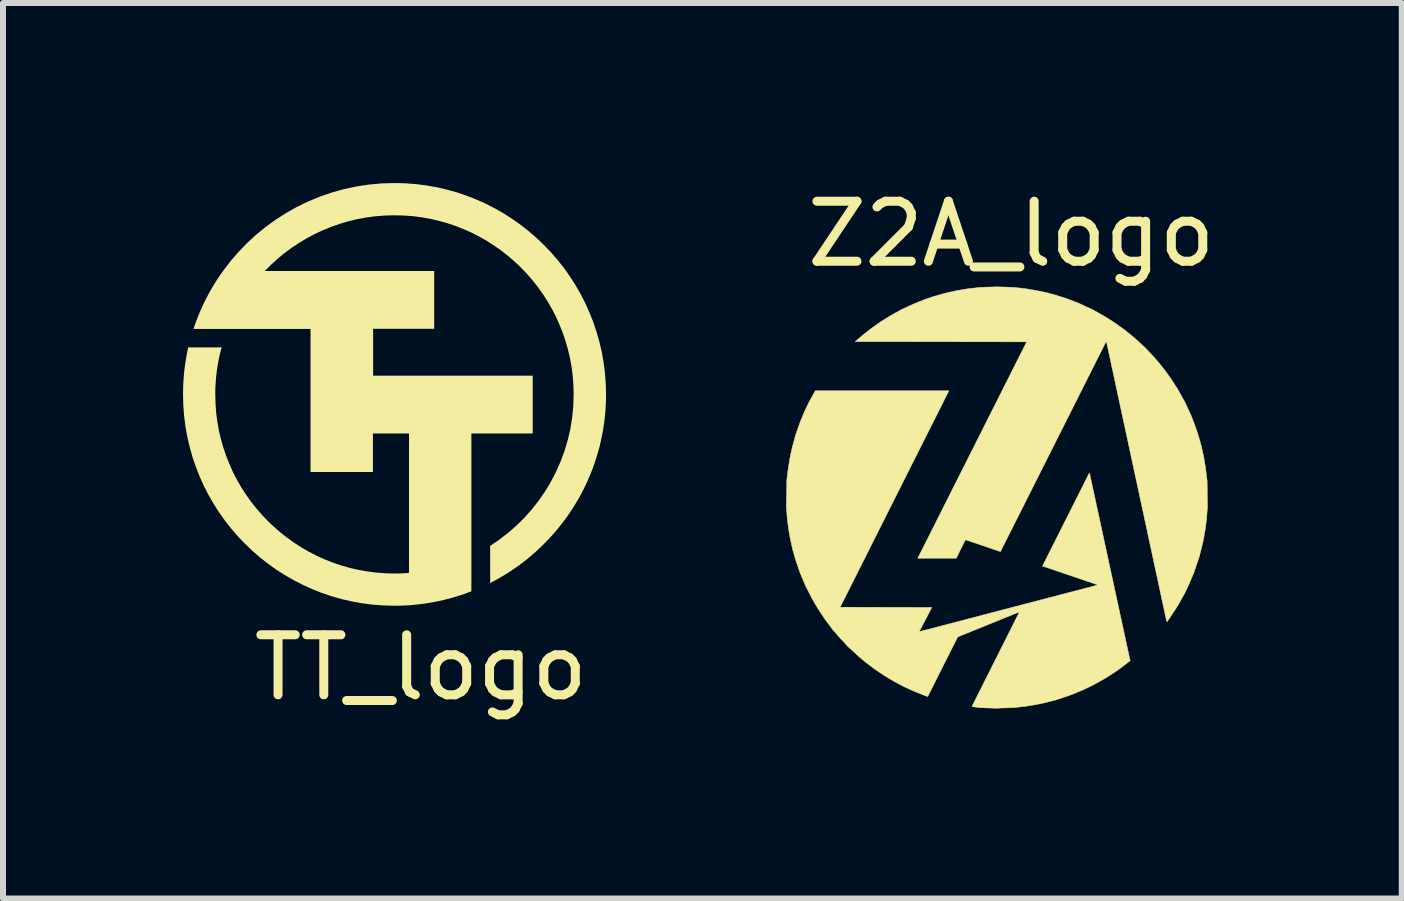
<source format=kicad_pcb>
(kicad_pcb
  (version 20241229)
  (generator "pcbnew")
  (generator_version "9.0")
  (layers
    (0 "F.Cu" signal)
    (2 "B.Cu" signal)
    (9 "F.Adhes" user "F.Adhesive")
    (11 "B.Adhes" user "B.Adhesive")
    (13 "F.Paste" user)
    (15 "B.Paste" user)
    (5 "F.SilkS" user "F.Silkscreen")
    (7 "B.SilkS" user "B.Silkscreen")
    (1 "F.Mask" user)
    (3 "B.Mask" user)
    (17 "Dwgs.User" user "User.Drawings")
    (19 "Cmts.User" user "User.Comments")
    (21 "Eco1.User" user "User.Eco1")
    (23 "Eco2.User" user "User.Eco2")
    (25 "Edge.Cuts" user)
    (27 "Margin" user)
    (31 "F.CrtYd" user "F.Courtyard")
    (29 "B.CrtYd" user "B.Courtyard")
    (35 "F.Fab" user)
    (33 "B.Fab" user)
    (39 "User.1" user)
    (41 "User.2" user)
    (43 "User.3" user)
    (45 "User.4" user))
  (footprint "TT_logo"
    (layer "F.Cu")
    (at 3.564 3.572)
    (property "Reference" "TT_logo" (at 0.4 4.5 0) (unlocked yes) (layer "F.SilkS") (effects (font (size 1 1) (thickness 0.15))))
    (attr smd exclude_from_pos_files exclude_from_bom)
    (fp_poly (pts (xy 0.141 -3.568) (xy 0.319 -3.554) (xy 0.495 -3.532) (xy 0.669 -3.501) (xy 0.839 -3.461) (xy 1.006 -3.414) (xy 1.17 -3.358) (xy 1.329 -3.295) (xy 1.485 -3.225) (xy 1.637 -3.147) (xy 1.785 -3.062) (xy 1.928 -2.97) (xy 2.066 -2.872) (xy 2.199 -2.767) (xy 2.327 -2.657) (xy 2.449 -2.54) (xy 2.566 -2.418) (xy 2.677 -2.29) (xy 2.782 -2.157) (xy 2.88 -2.019) (xy 2.972 -1.876) (xy 3.057 -1.728) (xy 3.135 -1.576) (xy 3.205 -1.42) (xy 3.269 -1.261) (xy 3.324 -1.097) (xy 3.372 -0.93) (xy 3.412 -0.76) (xy 3.443 -0.587) (xy 3.465 -0.41) (xy 3.479 -0.232) (xy 3.484 -0.051) (xy 3.482 0.077) (xy 3.475 0.204) (xy 3.464 0.329) (xy 3.448 0.454) (xy 3.428 0.577) (xy 3.404 0.698) (xy 3.376 0.818) (xy 3.343 0.937) (xy 3.307 1.053) (xy 3.267 1.168) (xy 3.223 1.281) (xy 3.175 1.392) (xy 3.124 1.502) (xy 3.069 1.609) (xy 3.01 1.714) (xy 2.948 1.816) (xy 2.883 1.917) (xy 2.814 2.015) (xy 2.742 2.11) (xy 2.667 2.203) (xy 2.589 2.294) (xy 2.508 2.381) (xy 2.424 2.466) (xy 2.338 2.548) (xy 2.248 2.628) (xy 2.156 2.704) (xy 2.062 2.777) (xy 1.965 2.846) (xy 1.865 2.913) (xy 1.763 2.976) (xy 1.659 3.036) (xy 1.553 3.092) (xy 1.553 2.473) (xy 1.706 2.369) (xy 1.852 2.256) (xy 1.992 2.135) (xy 2.123 2.005) (xy 2.246 1.867) (xy 2.36 1.722) (xy 2.466 1.57) (xy 2.562 1.411) (xy 2.648 1.245) (xy 2.724 1.074) (xy 2.79 0.898) (xy 2.844 0.717) (xy 2.888 0.531) (xy 2.919 0.34) (xy 2.938 0.147) (xy 2.944 -0.051) (xy 2.94 -0.204) (xy 2.929 -0.356) (xy 2.91 -0.505) (xy 2.884 -0.652) (xy 2.85 -0.796) (xy 2.81 -0.937) (xy 2.763 -1.076) (xy 2.709 -1.211) (xy 2.65 -1.344) (xy 2.584 -1.472) (xy 2.512 -1.597) (xy 2.434 -1.718) (xy 2.351 -1.835) (xy 2.262 -1.948) (xy 2.168 -2.057) (xy 2.069 -2.16) (xy 1.966 -2.259) (xy 1.857 -2.353) (xy 1.744 -2.442) (xy 1.627 -2.525) (xy 1.506 -2.603) (xy 1.381 -2.675) (xy 1.253 -2.741) (xy 1.12 -2.8) (xy 0.985 -2.854) (xy 0.846 -2.901) (xy 0.705 -2.941) (xy 0.561 -2.975) (xy 0.414 -3.001) (xy 0.265 -3.02) (xy 0.113 -3.031) (xy -0.04 -3.035) (xy -0.198 -3.031) (xy -0.355 -3.019) (xy -0.509 -2.999) (xy -0.66 -2.971) (xy -0.809 -2.935) (xy -0.954 -2.892) (xy -1.097 -2.842) (xy -1.236 -2.785) (xy -1.372 -2.722) (xy -1.503 -2.652) (xy -1.631 -2.575) (xy -1.755 -2.493) (xy -1.874 -2.405) (xy -1.988 -2.311) (xy -2.097 -2.211) (xy -2.202 -2.107) (xy 0.621 -2.107) (xy 0.621 -1.144) (xy -0.397 -1.144) (xy -0.397 -0.363) (xy 2.262 -0.363) (xy 2.262 0.6) (xy 1.24 0.6) (xy 1.24 3.23) (xy 1.134 3.27) (xy 1.025 3.306) (xy 0.915 3.339) (xy 0.804 3.369) (xy 0.692 3.394) (xy 0.578 3.416) (xy 0.463 3.435) (xy 0.346 3.45) (xy 0.336 3.45) (xy 0.302 3.453) (xy 0.268 3.457) (xy 0.234 3.46) (xy 0.217 3.462) (xy 0.201 3.463) (xy 0.14 3.466) (xy 0.079 3.469) (xy 0.018 3.47) (xy -0.043 3.471) (xy -0.224 3.466) (xy -0.402 3.453) (xy -0.578 3.43) (xy -0.752 3.399) (xy -0.922 3.36) (xy -1.089 3.312) (xy -1.253 3.257) (xy -1.412 3.194) (xy -1.568 3.123) (xy -1.72 3.045) (xy -1.868 2.96) (xy -2.011 2.869) (xy -2.149 2.77) (xy -2.282 2.666) (xy -2.41 2.555) (xy -2.532 2.438) (xy -2.649 2.316) (xy -2.759 2.188) (xy -2.864 2.055) (xy -2.962 1.917) (xy -3.054 1.774) (xy -3.139 1.626) (xy -3.217 1.475) (xy -3.287 1.319) (xy -3.35 1.159) (xy -3.406 0.995) (xy -3.453 0.828) (xy -3.493 0.658) (xy -3.524 0.485) (xy -3.546 0.309) (xy -3.56 0.13) (xy -3.564 -0.051) (xy -3.563 -0.152) (xy -3.559 -0.252) (xy -3.552 -0.351) (xy -3.543 -0.449) (xy -3.53 -0.547) (xy -3.515 -0.644) (xy -3.498 -0.739) (xy -3.477 -0.834) (xy -2.921 -0.834) (xy -2.946 -0.74) (xy -2.967 -0.645) (xy -2.985 -0.549) (xy -3 -0.451) (xy -3.012 -0.353) (xy -3.02 -0.253) (xy -3.026 -0.153) (xy -3.027 -0.051) (xy -3.023 0.102) (xy -3.012 0.254) (xy -2.993 0.403) (xy -2.967 0.55) (xy -2.933 0.694) (xy -2.893 0.836) (xy -2.846 0.974) (xy -2.792 1.11) (xy -2.733 1.242) (xy -2.667 1.371) (xy -2.595 1.496) (xy -2.517 1.617) (xy -2.434 1.734) (xy -2.345 1.846) (xy -2.251 1.955) (xy -2.152 2.059) (xy -2.048 2.157) (xy -1.94 2.251) (xy -1.827 2.34) (xy -1.71 2.423) (xy -1.589 2.501) (xy -1.464 2.573) (xy -1.336 2.639) (xy -1.203 2.699) (xy -1.068 2.752) (xy -0.929 2.799) (xy -0.788 2.84) (xy -0.644 2.873) (xy -0.497 2.899) (xy -0.348 2.918) (xy -0.196 2.93) (xy -0.043 2.934) (xy 0.019 2.933) (xy 0.049 2.932) (xy 0.08 2.931) (xy 0.11 2.93) (xy 0.141 2.928) (xy 0.171 2.926) (xy 0.201 2.923) (xy 0.201 0.6) (xy -0.4 0.6) (xy -0.4 1.243) (xy -1.44 1.243) (xy -1.44 -1.141) (xy -3.39 -1.141) (xy -3.368 -1.206) (xy -3.345 -1.271) (xy -3.32 -1.335) (xy -3.295 -1.398) (xy -3.268 -1.46) (xy -3.24 -1.522) (xy -3.211 -1.584) (xy -3.181 -1.644) (xy -3.149 -1.704) (xy -3.117 -1.764) (xy -3.084 -1.822) (xy -3.049 -1.88) (xy -3.013 -1.937) (xy -2.977 -1.993) (xy -2.939 -2.049) (xy -2.9 -2.104) (xy -2.776 -2.267) (xy -2.642 -2.422) (xy -2.499 -2.57) (xy -2.349 -2.709) (xy -2.19 -2.839) (xy -2.024 -2.959) (xy -1.851 -3.07) (xy -1.672 -3.172) (xy -1.486 -3.262) (xy -1.294 -3.342) (xy -1.096 -3.411) (xy -0.894 -3.468) (xy -0.686 -3.513) (xy -0.475 -3.546) (xy -0.259 -3.566) (xy -0.04 -3.572)) (stroke (width 0) (type solid)) (fill yes) (layer "F.SilkS")))
  (footprint "Z2A_logo"
    (layer "F.Cu")
    (at 13.7 5.148)
    (property "Reference" "Z2A_logo" (at 0.1 -4.3 0) (unlocked yes) (layer "F.SilkS") (effects (font (size 1 1) (thickness 0.15))))
    (attr smd)
    (fp_poly (pts (xy 2.188 -0.17) (xy 1.687 -2.499) (xy 1.684 -2.501) (xy 1.681 -2.504) (xy 1.679 -2.501) (xy 1.676 -2.499) (xy 0.799 -0.755) (xy -0.078 0.988) (xy -0.08 0.99) (xy -0.082 0.993) (xy -0.373 0.894) (xy -0.664 0.796) (xy -0.741 0.95) (xy -0.817 1.104) (xy -1.138 1.104) (xy -1.459 1.104) (xy -1.306 0.8) (xy -1.153 0.496) (xy -0.4 -1) (xy 0.353 -2.496) (xy 0.353 -2.499) (xy 0.353 -2.502) (xy -1.074 -2.504) (xy -2.501 -2.506) (xy -2.44 -2.558) (xy -2.379 -2.611) (xy -2.306 -2.669) (xy -2.233 -2.726) (xy -2.155 -2.781) (xy -2.076 -2.836) (xy -2.008 -2.879) (xy -1.941 -2.922) (xy -1.831 -2.984) (xy -1.72 -3.045) (xy -1.613 -3.094) (xy -1.506 -3.143) (xy -1.425 -3.175) (xy -1.345 -3.207) (xy -1.274 -3.231) (xy -1.204 -3.255) (xy -1.107 -3.283) (xy -1.01 -3.311) (xy -0.917 -3.332) (xy -0.825 -3.353) (xy -0.723 -3.37) (xy -0.621 -3.387) (xy -0.522 -3.398) (xy -0.424 -3.41) (xy -0.281 -3.415) (xy -0.138 -3.419) (xy 0.000092 -3.415) (xy 0.139 -3.41) (xy 0.242 -3.399) (xy 0.345 -3.387) (xy 0.446 -3.37) (xy 0.546 -3.352) (xy 0.613 -3.338) (xy 0.68 -3.324) (xy 0.759 -3.303) (xy 0.839 -3.281) (xy 0.928 -3.253) (xy 1.017 -3.225) (xy 1.119 -3.186) (xy 1.221 -3.147) (xy 1.339 -3.092) (xy 1.456 -3.038) (xy 1.56 -2.98) (xy 1.664 -2.921) (xy 1.741 -2.872) (xy 1.818 -2.823) (xy 1.899 -2.765) (xy 1.98 -2.708) (xy 2.064 -2.64) (xy 2.149 -2.571) (xy 2.245 -2.483) (xy 2.341 -2.395) (xy 2.404 -2.327) (xy 2.466 -2.26) (xy 2.518 -2.2) (xy 2.57 -2.14) (xy 2.62 -2.077) (xy 2.67 -2.014) (xy 2.723 -1.94) (xy 2.775 -1.866) (xy 2.824 -1.789) (xy 2.874 -1.711) (xy 2.936 -1.6) (xy 2.997 -1.49) (xy 3.046 -1.383) (xy 3.095 -1.277) (xy 3.123 -1.206) (xy 3.151 -1.135) (xy 3.182 -1.047) (xy 3.212 -0.958) (xy 3.237 -0.871) (xy 3.262 -0.783) (xy 3.283 -0.692) (xy 3.304 -0.601) (xy 3.322 -0.492) (xy 3.34 -0.383) (xy 3.351 -0.288) (xy 3.363 -0.193) (xy 3.366 0.024) (xy 3.37 0.241) (xy 3.361 0.351) (xy 3.353 0.461) (xy 3.343 0.537) (xy 3.333 0.614) (xy 3.322 0.678) (xy 3.311 0.742) (xy 3.301 0.794) (xy 3.29 0.847) (xy 3.262 0.96) (xy 3.234 1.072) (xy 3.189 1.206) (xy 3.145 1.339) (xy 3.105 1.432) (xy 3.066 1.525) (xy 3.028 1.606) (xy 2.99 1.686) (xy 2.932 1.79) (xy 2.874 1.894) (xy 2.787 2.026) (xy 2.7 2.158) (xy 2.695 2.158) (xy 2.689 2.158) (xy 2.188 -0.17)) (stroke (width 0.007) (type solid)) (fill yes) (layer "F.SilkS"))
    (fp_poly (pts (xy -0.283 3.598) (xy -0.417 3.594) (xy -0.483 3.585) (xy -0.55 3.577) (xy -0.553 3.574) (xy -0.555 3.572) (xy -0.163 2.791) (xy 0.229 2.011) (xy 0.225 2.007) (xy 0.221 2.003) (xy -0.286 2.209) (xy -0.792 2.414) (xy -1.042 2.911) (xy -1.292 3.408) (xy -1.34 3.391) (xy -1.387 3.373) (xy -1.45 3.348) (xy -1.513 3.323) (xy -1.605 3.281) (xy -1.696 3.239) (xy -1.77 3.2) (xy -1.844 3.161) (xy -1.921 3.115) (xy -1.998 3.069) (xy -2.083 3.013) (xy -2.167 2.957) (xy -2.244 2.899) (xy -2.322 2.841) (xy -2.378 2.794) (xy -2.434 2.747) (xy -2.529 2.66) (xy -2.624 2.573) (xy -2.709 2.48) (xy -2.795 2.386) (xy -2.842 2.33) (xy -2.889 2.274) (xy -2.947 2.197) (xy -3.005 2.119) (xy -3.061 2.035) (xy -3.117 1.951) (xy -3.165 1.87) (xy -3.213 1.789) (xy -3.27 1.677) (xy -3.328 1.564) (xy -3.371 1.461) (xy -3.415 1.358) (xy -3.45 1.258) (xy -3.485 1.158) (xy -3.513 1.062) (xy -3.541 0.967) (xy -3.561 0.875) (xy -3.582 0.784) (xy -3.597 0.7) (xy -3.611 0.615) (xy -3.621 0.538) (xy -3.631 0.461) (xy -3.64 0.351) (xy -3.648 0.241) (xy -3.645 0.024) (xy -3.641 -0.193) (xy -3.63 -0.288) (xy -3.618 -0.383) (xy -3.6 -0.492) (xy -3.582 -0.601) (xy -3.565 -0.675) (xy -3.549 -0.748) (xy -3.52 -0.852) (xy -3.492 -0.956) (xy -3.454 -1.063) (xy -3.417 -1.17) (xy -3.381 -1.254) (xy -3.346 -1.339) (xy -3.31 -1.416) (xy -3.274 -1.492) (xy -3.22 -1.59) (xy -3.166 -1.687) (xy -2.053 -1.687) (xy -0.94 -1.687) (xy -0.99 -1.587) (xy -1.04 -1.486) (xy -1.894 0.212) (xy -2.747 1.91) (xy -2.747 1.915) (xy -2.747 1.919) (xy -1.986 1.921) (xy -1.224 1.923) (xy -1.324 2.116) (xy -1.425 2.309) (xy -1.425 2.317) (xy -1.425 2.325) (xy -1.339 2.302) (xy -1.253 2.28) (xy 0.14 1.915) (xy 1.534 1.551) (xy 1.529 1.546) (xy 1.523 1.541) (xy 1.073 1.388) (xy 0.623 1.235) (xy 0.622 1.234) (xy 0.62 1.233) (xy 1.007 0.464) (xy 1.394 -0.306) (xy 1.399 -0.31) (xy 1.404 -0.315) (xy 1.74 1.239) (xy 2.077 2.794) (xy 2.08 2.802) (xy 2.082 2.809) (xy 2.01 2.866) (xy 1.938 2.922) (xy 1.878 2.964) (xy 1.818 3.006) (xy 1.74 3.056) (xy 1.662 3.105) (xy 1.559 3.163) (xy 1.455 3.221) (xy 1.375 3.259) (xy 1.294 3.297) (xy 1.201 3.336) (xy 1.108 3.375) (xy 0.975 3.42) (xy 0.841 3.465) (xy 0.746 3.489) (xy 0.652 3.513) (xy 0.581 3.528) (xy 0.511 3.542) (xy 0.427 3.556) (xy 0.342 3.57) (xy 0.247 3.581) (xy 0.152 3.592) (xy 0.044 3.596) (xy -0.065 3.599) (xy -0.108 3.601) (xy -0.15 3.603) (xy -0.283 3.598)) (stroke (width 0.007) (type solid)) (fill yes) (layer "F.SilkS")))
  (gr_rect
    (start -3 -3)
    (end 20.306 11.921)
    (stroke (width 0.1) (type default))
    (fill no)
    (layer "Edge.Cuts")))
</source>
